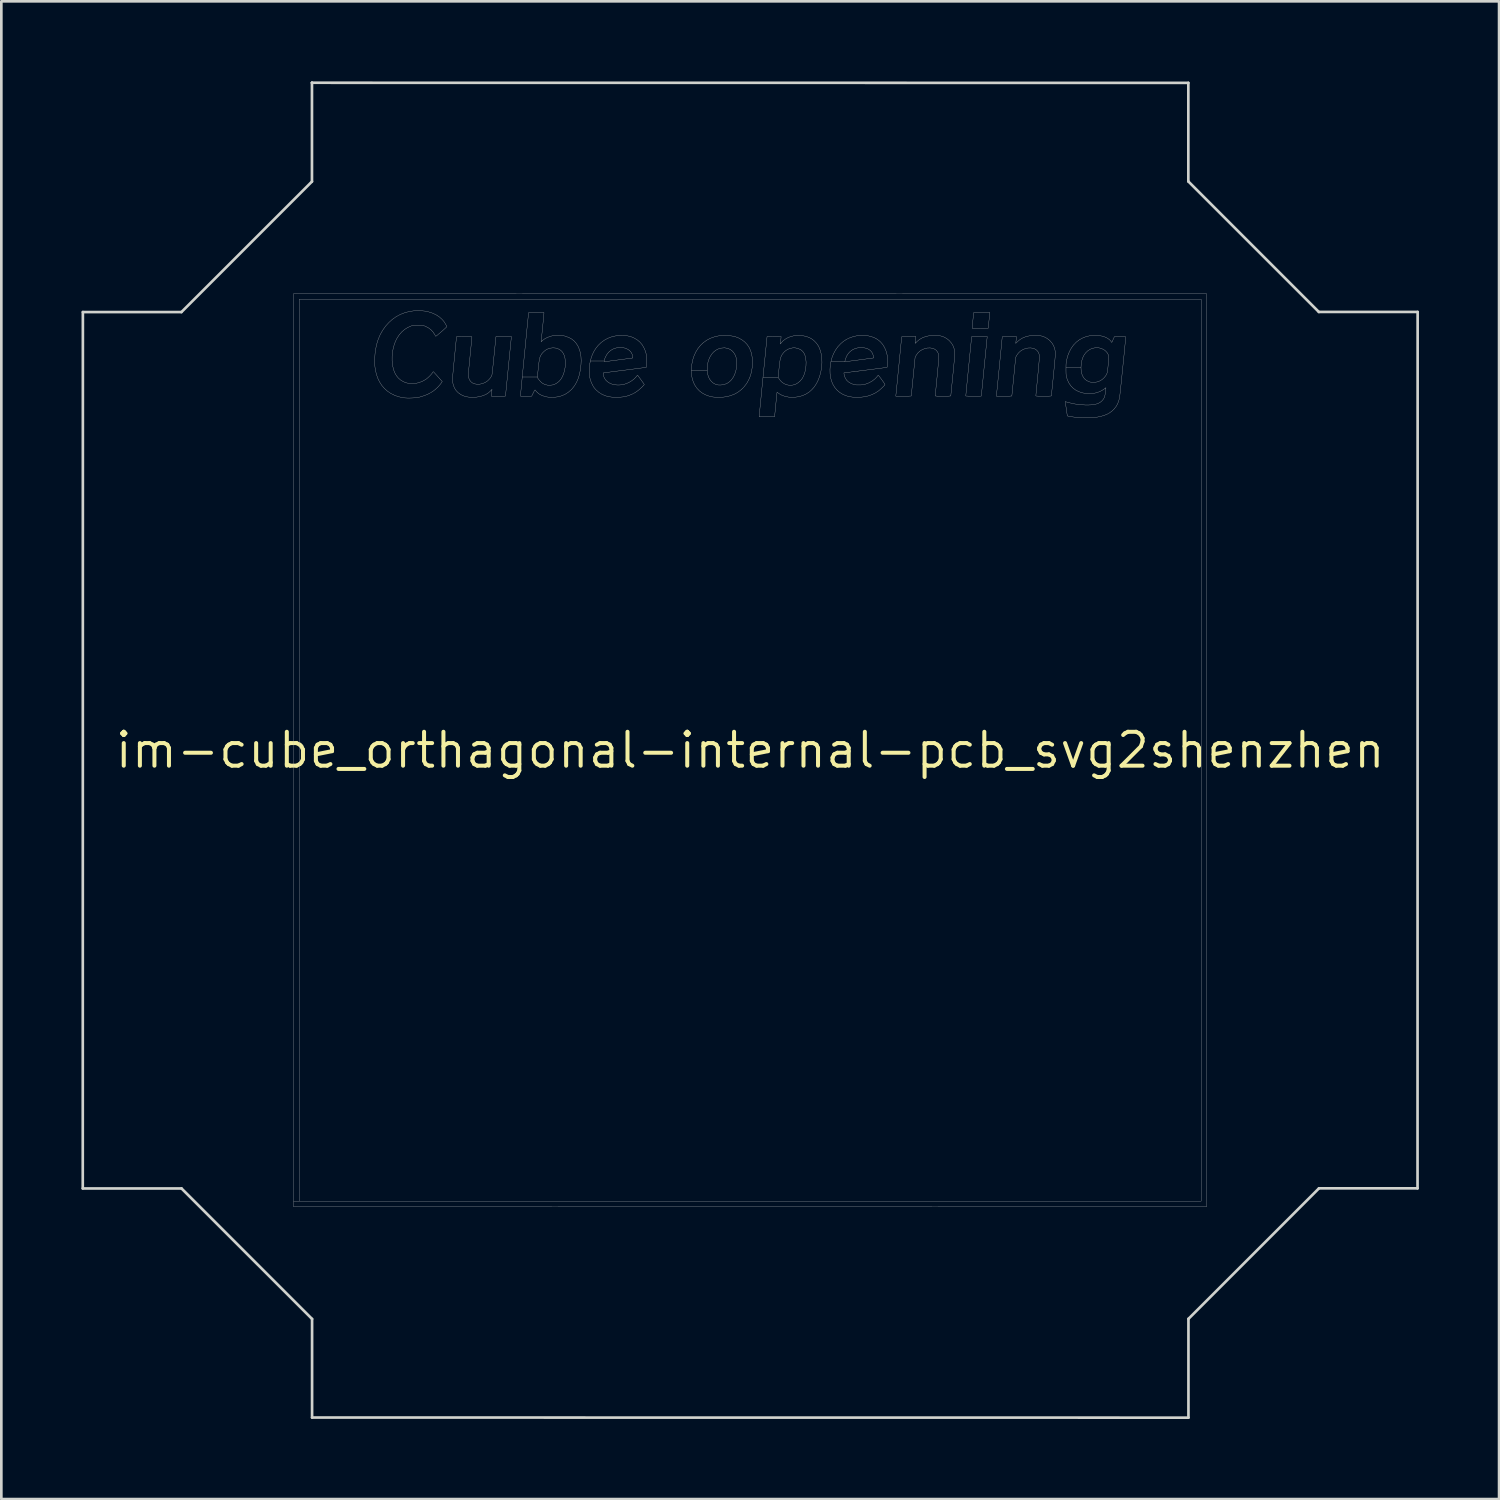
<source format=kicad_pcb>
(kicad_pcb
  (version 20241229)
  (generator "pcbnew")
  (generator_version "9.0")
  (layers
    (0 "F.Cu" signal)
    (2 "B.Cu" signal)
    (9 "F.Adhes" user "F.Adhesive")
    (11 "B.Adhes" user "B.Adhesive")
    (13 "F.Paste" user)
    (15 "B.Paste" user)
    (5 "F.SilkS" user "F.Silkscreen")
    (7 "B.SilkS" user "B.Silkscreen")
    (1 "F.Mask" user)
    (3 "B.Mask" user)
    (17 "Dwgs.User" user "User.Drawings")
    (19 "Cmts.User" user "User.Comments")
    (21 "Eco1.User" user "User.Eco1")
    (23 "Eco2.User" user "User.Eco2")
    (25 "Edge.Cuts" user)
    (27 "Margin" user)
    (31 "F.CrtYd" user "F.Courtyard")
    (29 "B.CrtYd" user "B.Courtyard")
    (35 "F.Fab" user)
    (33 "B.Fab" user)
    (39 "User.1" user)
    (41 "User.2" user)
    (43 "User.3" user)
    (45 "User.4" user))
  (footprint "im-cube_orthagonal-internal-pcb_svg2shenzhen"
    (layer "F.Cu")
    (at 25.05 25.05)
    (property "Reference" "im-cube_orthagonal-internal-pcb_svg2shenzhen" (at 0 0 0) (layer "F.SilkS") (effects (font (size 1.27 1.27) (thickness 0.15))))
    (attr through_hole)
    (fp_poly (pts (xy 17.097 -17.097) (xy 17.097 17.097) (xy -17.103 17.103) (xy -17.103 -16.891) (xy -16.891 -16.891) (xy -16.891 16.891) (xy 16.891 16.891) (xy 16.891 -16.891) (xy -16.891 -16.891) (xy -17.103 -16.891) (xy -17.103 -17.103) (xy 17.097 -17.097)) (stroke (width 0.01) (type solid)) (fill no) (layer "Dwgs.User"))
    (fp_poly (pts (xy 8.969 -16.338) (xy 8.966 -16.311) (xy 8.961 -16.267) (xy 8.956 -16.21) (xy 8.949 -16.144) (xy 8.942 -16.072) (xy 8.939 -16.044) (xy 8.916 -15.806) (xy 8.617 -15.803) (xy 8.319 -15.801) (xy 8.319 -15.834) (xy 8.32 -15.853) (xy 8.322 -15.891) (xy 8.327 -15.941) (xy 8.332 -16.001) (xy 8.338 -16.066) (xy 8.344 -16.134) (xy 8.351 -16.199) (xy 8.357 -16.258) (xy 8.362 -16.307) (xy 8.366 -16.343) (xy 8.367 -16.349) (xy 8.373 -16.394) (xy 8.975 -16.394) (xy 8.969 -16.338)) (stroke (width 0.01) (type solid)) (fill no) (layer "Dwgs.User"))
    (fp_poly (pts (xy 8.873 -15.449) (xy 8.872 -15.434) (xy 8.868 -15.4) (xy 8.863 -15.348) (xy 8.856 -15.281) (xy 8.848 -15.2) (xy 8.839 -15.106) (xy 8.829 -15.002) (xy 8.817 -14.889) (xy 8.805 -14.769) (xy 8.793 -14.644) (xy 8.78 -14.515) (xy 8.767 -14.384) (xy 8.754 -14.252) (xy 8.741 -14.122) (xy 8.729 -13.995) (xy 8.717 -13.873) (xy 8.705 -13.757) (xy 8.695 -13.649) (xy 8.685 -13.551) (xy 8.676 -13.465) (xy 8.669 -13.392) (xy 8.664 -13.334) (xy 8.66 -13.293) (xy 8.658 -13.27) (xy 8.657 -13.266) (xy 8.647 -13.264) (xy 8.618 -13.263) (xy 8.574 -13.262) (xy 8.517 -13.262) (xy 8.449 -13.261) (xy 8.373 -13.261) (xy 8.366 -13.261) (xy 8.29 -13.261) (xy 8.221 -13.262) (xy 8.163 -13.263) (xy 8.117 -13.265) (xy 8.087 -13.267) (xy 8.075 -13.269) (xy 8.075 -13.269) (xy 8.076 -13.282) (xy 8.079 -13.314) (xy 8.084 -13.363) (xy 8.09 -13.429) (xy 8.098 -13.509) (xy 8.107 -13.602) (xy 8.117 -13.705) (xy 8.128 -13.817) (xy 8.14 -13.937) (xy 8.152 -14.063) (xy 8.165 -14.192) (xy 8.178 -14.324) (xy 8.191 -14.456) (xy 8.204 -14.588) (xy 8.217 -14.716) (xy 8.229 -14.84) (xy 8.241 -14.958) (xy 8.252 -15.068) (xy 8.262 -15.168) (xy 8.271 -15.256) (xy 8.278 -15.332) (xy 8.284 -15.393) (xy 8.289 -15.437) (xy 8.292 -15.464) (xy 8.293 -15.47) (xy 8.298 -15.494) (xy 8.879 -15.494) (xy 8.873 -15.449)) (stroke (width 0.01) (type solid)) (fill no) (layer "Dwgs.User"))
    (fp_poly (pts (xy -0.879 -15.533) (xy -0.75 -15.524) (xy -0.636 -15.507) (xy -0.533 -15.479) (xy -0.436 -15.441) (xy -0.427 -15.437) (xy -0.305 -15.368) (xy -0.2 -15.287) (xy -0.111 -15.192) (xy -0.039 -15.083) (xy 0.017 -14.961) (xy 0.056 -14.826) (xy 0.079 -14.678) (xy 0.086 -14.531) (xy 0.077 -14.352) (xy 0.05 -14.182) (xy 0.007 -14.023) (xy -0.054 -13.876) (xy -0.13 -13.741) (xy -0.224 -13.618) (xy -0.287 -13.551) (xy -0.374 -13.474) (xy -0.459 -13.411) (xy -0.55 -13.357) (xy -0.597 -13.334) (xy -0.741 -13.278) (xy -0.896 -13.24) (xy -1.06 -13.219) (xy -1.233 -13.215) (xy -1.244 -13.216) (xy -1.398 -13.231) (xy -1.542 -13.263) (xy -1.674 -13.312) (xy -1.793 -13.376) (xy -1.898 -13.456) (xy -1.989 -13.55) (xy -2.065 -13.658) (xy -2.126 -13.779) (xy -2.17 -13.914) (xy -2.19 -14.012) (xy -2.197 -14.071) (xy -2.2 -14.145) (xy -2.201 -14.227) (xy -1.608 -14.227) (xy -1.603 -14.144) (xy -1.594 -14.087) (xy -1.563 -13.985) (xy -1.518 -13.894) (xy -1.459 -13.817) (xy -1.388 -13.755) (xy -1.307 -13.71) (xy -1.228 -13.685) (xy -1.171 -13.678) (xy -1.103 -13.679) (xy -1.032 -13.687) (xy -0.966 -13.701) (xy -0.952 -13.705) (xy -0.858 -13.745) (xy -0.773 -13.803) (xy -0.699 -13.878) (xy -0.635 -13.969) (xy -0.582 -14.075) (xy -0.541 -14.195) (xy -0.514 -14.327) (xy -0.507 -14.381) (xy -0.501 -14.507) (xy -0.51 -14.623) (xy -0.534 -14.728) (xy -0.572 -14.821) (xy -0.624 -14.901) (xy -0.687 -14.967) (xy -0.762 -15.018) (xy -0.848 -15.052) (xy -0.944 -15.069) (xy -0.981 -15.07) (xy -1.089 -15.061) (xy -1.19 -15.032) (xy -1.283 -14.984) (xy -1.367 -14.919) (xy -1.44 -14.837) (xy -1.503 -14.738) (xy -1.554 -14.624) (xy -1.573 -14.566) (xy -1.589 -14.494) (xy -1.601 -14.409) (xy -1.607 -14.317) (xy -1.608 -14.227) (xy -2.201 -14.227) (xy -2.201 -14.227) (xy -2.198 -14.311) (xy -2.193 -14.39) (xy -2.186 -14.459) (xy -2.185 -14.462) (xy -2.151 -14.627) (xy -2.1 -14.781) (xy -2.034 -14.923) (xy -1.952 -15.053) (xy -1.857 -15.17) (xy -1.748 -15.272) (xy -1.626 -15.358) (xy -1.494 -15.428) (xy -1.35 -15.48) (xy -1.322 -15.488) (xy -1.229 -15.51) (xy -1.144 -15.525) (xy -1.059 -15.533) (xy -0.967 -15.535) (xy -0.879 -15.533)) (stroke (width 0.01) (type solid)) (fill no) (layer "Dwgs.User"))
    (fp_poly (pts (xy -8.948 -15.454) (xy -8.95 -15.44) (xy -8.953 -15.407) (xy -8.959 -15.356) (xy -8.965 -15.289) (xy -8.973 -15.209) (xy -8.983 -15.116) (xy -8.993 -15.012) (xy -9.004 -14.899) (xy -9.016 -14.779) (xy -9.029 -14.654) (xy -9.041 -14.525) (xy -9.054 -14.393) (xy -9.068 -14.262) (xy -9.08 -14.131) (xy -9.093 -14.003) (xy -9.105 -13.881) (xy -9.117 -13.764) (xy -9.127 -13.656) (xy -9.137 -13.557) (xy -9.146 -13.47) (xy -9.153 -13.396) (xy -9.158 -13.337) (xy -9.163 -13.295) (xy -9.165 -13.271) (xy -9.165 -13.266) (xy -9.175 -13.264) (xy -9.204 -13.263) (xy -9.248 -13.262) (xy -9.304 -13.261) (xy -9.371 -13.261) (xy -9.431 -13.261) (xy -9.697 -13.261) (xy -9.69 -13.338) (xy -9.685 -13.385) (xy -9.68 -13.432) (xy -9.677 -13.466) (xy -9.67 -13.517) (xy -9.726 -13.458) (xy -9.804 -13.387) (xy -9.892 -13.33) (xy -9.991 -13.286) (xy -10.132 -13.244) (xy -10.282 -13.221) (xy -10.441 -13.217) (xy -10.499 -13.22) (xy -10.626 -13.238) (xy -10.742 -13.273) (xy -10.845 -13.324) (xy -10.936 -13.389) (xy -11.012 -13.467) (xy -11.072 -13.559) (xy -11.116 -13.662) (xy -11.143 -13.775) (xy -11.15 -13.842) (xy -11.15 -13.867) (xy -11.15 -13.902) (xy -11.147 -13.95) (xy -11.143 -14.01) (xy -11.137 -14.084) (xy -11.129 -14.174) (xy -11.12 -14.28) (xy -11.108 -14.403) (xy -11.094 -14.545) (xy -11.078 -14.707) (xy -11.078 -14.711) (xy -11.001 -15.489) (xy -10.713 -15.492) (xy -10.623 -15.492) (xy -10.554 -15.492) (xy -10.501 -15.492) (xy -10.464 -15.49) (xy -10.44 -15.488) (xy -10.427 -15.484) (xy -10.424 -15.481) (xy -10.425 -15.468) (xy -10.428 -15.437) (xy -10.433 -15.387) (xy -10.439 -15.322) (xy -10.446 -15.242) (xy -10.455 -15.151) (xy -10.465 -15.048) (xy -10.476 -14.937) (xy -10.488 -14.819) (xy -10.495 -14.743) (xy -10.566 -14.018) (xy -10.543 -13.943) (xy -10.509 -13.864) (xy -10.461 -13.801) (xy -10.399 -13.754) (xy -10.324 -13.723) (xy -10.236 -13.708) (xy -10.23 -13.708) (xy -10.121 -13.712) (xy -10.018 -13.736) (xy -9.921 -13.778) (xy -9.834 -13.836) (xy -9.76 -13.911) (xy -9.722 -13.961) (xy -9.701 -13.998) (xy -9.683 -14.034) (xy -9.674 -14.055) (xy -9.671 -14.072) (xy -9.667 -14.108) (xy -9.66 -14.161) (xy -9.652 -14.23) (xy -9.643 -14.311) (xy -9.633 -14.405) (xy -9.623 -14.508) (xy -9.611 -14.618) (xy -9.6 -14.734) (xy -9.599 -14.743) (xy -9.587 -14.859) (xy -9.576 -14.971) (xy -9.566 -15.075) (xy -9.556 -15.171) (xy -9.548 -15.255) (xy -9.541 -15.327) (xy -9.535 -15.383) (xy -9.531 -15.423) (xy -9.529 -15.443) (xy -9.528 -15.444) (xy -9.522 -15.494) (xy -8.943 -15.494) (xy -8.948 -15.454)) (stroke (width 0.01) (type solid)) (fill no) (layer "Dwgs.User"))
    (fp_poly (pts (xy 1.894 -15.533) (xy 2.027 -15.514) (xy 2.154 -15.478) (xy 2.259 -15.433) (xy 2.328 -15.39) (xy 2.398 -15.332) (xy 2.464 -15.264) (xy 2.522 -15.191) (xy 2.566 -15.118) (xy 2.569 -15.113) (xy 2.624 -14.978) (xy 2.662 -14.832) (xy 2.683 -14.676) (xy 2.687 -14.51) (xy 2.677 -14.374) (xy 2.649 -14.193) (xy 2.607 -14.026) (xy 2.552 -13.873) (xy 2.483 -13.734) (xy 2.402 -13.611) (xy 2.308 -13.504) (xy 2.203 -13.412) (xy 2.086 -13.338) (xy 1.959 -13.281) (xy 1.822 -13.242) (xy 1.675 -13.221) (xy 1.583 -13.218) (xy 1.441 -13.226) (xy 1.311 -13.251) (xy 1.194 -13.292) (xy 1.087 -13.351) (xy 1.076 -13.359) (xy 1.006 -13.408) (xy 1.001 -13.374) (xy 0.998 -13.356) (xy 0.994 -13.32) (xy 0.989 -13.267) (xy 0.983 -13.201) (xy 0.975 -13.124) (xy 0.967 -13.039) (xy 0.958 -12.948) (xy 0.957 -12.938) (xy 0.949 -12.847) (xy 0.941 -12.762) (xy 0.933 -12.686) (xy 0.926 -12.62) (xy 0.921 -12.568) (xy 0.917 -12.531) (xy 0.915 -12.513) (xy 0.915 -12.512) (xy 0.91 -12.488) (xy 0.339 -12.488) (xy 0.339 -12.523) (xy 0.34 -12.537) (xy 0.343 -12.572) (xy 0.348 -12.624) (xy 0.355 -12.695) (xy 0.363 -12.781) (xy 0.373 -12.882) (xy 0.384 -12.997) (xy 0.397 -13.125) (xy 0.41 -13.263) (xy 0.425 -13.412) (xy 0.44 -13.569) (xy 0.456 -13.734) (xy 0.473 -13.905) (xy 0.48 -13.97) (xy 1.046 -13.97) (xy 1.075 -13.92) (xy 1.134 -13.839) (xy 1.205 -13.772) (xy 1.286 -13.721) (xy 1.374 -13.686) (xy 1.467 -13.67) (xy 1.535 -13.67) (xy 1.577 -13.675) (xy 1.619 -13.683) (xy 1.635 -13.686) (xy 1.717 -13.717) (xy 1.797 -13.766) (xy 1.871 -13.83) (xy 1.935 -13.906) (xy 1.961 -13.944) (xy 2.008 -14.039) (xy 2.046 -14.149) (xy 2.073 -14.27) (xy 2.089 -14.398) (xy 2.093 -14.527) (xy 2.092 -14.552) (xy 2.08 -14.672) (xy 2.056 -14.776) (xy 2.02 -14.863) (xy 1.97 -14.935) (xy 1.907 -14.99) (xy 1.873 -15.011) (xy 1.782 -15.05) (xy 1.687 -15.069) (xy 1.591 -15.069) (xy 1.497 -15.051) (xy 1.408 -15.016) (xy 1.326 -14.964) (xy 1.253 -14.897) (xy 1.193 -14.816) (xy 1.193 -14.815) (xy 1.174 -14.781) (xy 1.157 -14.746) (xy 1.143 -14.709) (xy 1.131 -14.666) (xy 1.12 -14.616) (xy 1.11 -14.555) (xy 1.1 -14.48) (xy 1.09 -14.39) (xy 1.079 -14.29) (xy 1.046 -13.97) (xy 0.48 -13.97) (xy 0.485 -14.023) (xy 0.631 -15.489) (xy 1.157 -15.494) (xy 1.15 -15.402) (xy 1.145 -15.352) (xy 1.141 -15.305) (xy 1.137 -15.268) (xy 1.136 -15.261) (xy 1.13 -15.214) (xy 1.161 -15.256) (xy 1.227 -15.33) (xy 1.311 -15.395) (xy 1.408 -15.45) (xy 1.502 -15.488) (xy 1.627 -15.521) (xy 1.759 -15.535) (xy 1.894 -15.533)) (stroke (width 0.01) (type solid)) (fill no) (layer "Dwgs.User"))
    (fp_poly (pts (xy -12.191 -16.448) (xy -12.041 -16.417) (xy -11.9 -16.371) (xy -11.771 -16.311) (xy -11.655 -16.237) (xy -11.554 -16.15) (xy -11.5 -16.091) (xy -11.469 -16.051) (xy -11.439 -16.006) (xy -11.41 -15.959) (xy -11.387 -15.917) (xy -11.372 -15.882) (xy -11.367 -15.861) (xy -11.374 -15.851) (xy -11.396 -15.83) (xy -11.428 -15.8) (xy -11.469 -15.763) (xy -11.515 -15.722) (xy -11.564 -15.678) (xy -11.614 -15.635) (xy -11.662 -15.595) (xy -11.704 -15.559) (xy -11.74 -15.531) (xy -11.765 -15.512) (xy -11.777 -15.505) (xy -11.777 -15.505) (xy -11.785 -15.513) (xy -11.8 -15.536) (xy -11.818 -15.569) (xy -11.821 -15.574) (xy -11.879 -15.664) (xy -11.955 -15.745) (xy -12.046 -15.815) (xy -12.151 -15.871) (xy -12.192 -15.888) (xy -12.227 -15.901) (xy -12.256 -15.91) (xy -12.283 -15.916) (xy -12.314 -15.92) (xy -12.354 -15.922) (xy -12.406 -15.922) (xy -12.446 -15.922) (xy -12.51 -15.922) (xy -12.558 -15.92) (xy -12.594 -15.918) (xy -12.625 -15.913) (xy -12.655 -15.905) (xy -12.688 -15.894) (xy -12.7 -15.89) (xy -12.827 -15.834) (xy -12.944 -15.76) (xy -13.05 -15.668) (xy -13.145 -15.56) (xy -13.227 -15.435) (xy -13.256 -15.381) (xy -13.317 -15.241) (xy -13.364 -15.089) (xy -13.396 -14.928) (xy -13.413 -14.763) (xy -13.414 -14.598) (xy -13.41 -14.543) (xy -13.391 -14.391) (xy -13.358 -14.254) (xy -13.312 -14.134) (xy -13.252 -14.029) (xy -13.179 -13.939) (xy -13.092 -13.864) (xy -12.99 -13.803) (xy -12.882 -13.76) (xy -12.766 -13.736) (xy -12.646 -13.73) (xy -12.523 -13.741) (xy -12.4 -13.771) (xy -12.279 -13.818) (xy -12.164 -13.882) (xy -12.151 -13.89) (xy -12.1 -13.929) (xy -12.045 -13.977) (xy -11.991 -14.03) (xy -11.943 -14.083) (xy -11.907 -14.13) (xy -11.902 -14.138) (xy -11.884 -14.165) (xy -11.873 -14.176) (xy -11.864 -14.174) (xy -11.853 -14.165) (xy -11.841 -14.151) (xy -11.817 -14.124) (xy -11.783 -14.087) (xy -11.743 -14.042) (xy -11.698 -13.991) (xy -11.685 -13.977) (xy -11.535 -13.808) (xy -11.553 -13.781) (xy -11.609 -13.703) (xy -11.679 -13.623) (xy -11.757 -13.546) (xy -11.839 -13.477) (xy -11.895 -13.436) (xy -12.041 -13.351) (xy -12.2 -13.283) (xy -12.37 -13.23) (xy -12.427 -13.217) (xy -12.493 -13.206) (xy -12.574 -13.198) (xy -12.665 -13.193) (xy -12.758 -13.19) (xy -12.849 -13.191) (xy -12.931 -13.195) (xy -12.999 -13.202) (xy -13.002 -13.203) (xy -13.167 -13.239) (xy -13.321 -13.293) (xy -13.461 -13.362) (xy -13.588 -13.448) (xy -13.701 -13.549) (xy -13.8 -13.665) (xy -13.884 -13.796) (xy -13.953 -13.94) (xy -14.006 -14.098) (xy -14.043 -14.269) (xy -14.056 -14.362) (xy -14.061 -14.437) (xy -14.064 -14.527) (xy -14.063 -14.626) (xy -14.06 -14.729) (xy -14.054 -14.83) (xy -14.045 -14.923) (xy -14.035 -15.001) (xy -14.034 -15.002) (xy -13.991 -15.204) (xy -13.933 -15.392) (xy -13.858 -15.567) (xy -13.767 -15.729) (xy -13.66 -15.88) (xy -13.536 -16.019) (xy -13.534 -16.02) (xy -13.401 -16.14) (xy -13.257 -16.241) (xy -13.103 -16.323) (xy -12.939 -16.387) (xy -12.766 -16.433) (xy -12.584 -16.459) (xy -12.514 -16.464) (xy -12.349 -16.464) (xy -12.191 -16.448)) (stroke (width 0.01) (type solid)) (fill no) (layer "Dwgs.User"))
    (fp_poly (pts (xy 7.001 -15.531) (xy 7.074 -15.525) (xy 7.134 -15.517) (xy 7.154 -15.512) (xy 7.26 -15.475) (xy 7.351 -15.425) (xy 7.436 -15.36) (xy 7.467 -15.33) (xy 7.544 -15.24) (xy 7.602 -15.141) (xy 7.64 -15.034) (xy 7.66 -14.918) (xy 7.662 -14.851) (xy 7.661 -14.826) (xy 7.658 -14.781) (xy 7.653 -14.719) (xy 7.647 -14.642) (xy 7.639 -14.552) (xy 7.63 -14.451) (xy 7.619 -14.34) (xy 7.608 -14.222) (xy 7.596 -14.099) (xy 7.588 -14.023) (xy 7.576 -13.9) (xy 7.564 -13.783) (xy 7.553 -13.674) (xy 7.544 -13.574) (xy 7.535 -13.486) (xy 7.527 -13.41) (xy 7.521 -13.35) (xy 7.517 -13.305) (xy 7.515 -13.279) (xy 7.514 -13.272) (xy 7.505 -13.269) (xy 7.479 -13.266) (xy 7.434 -13.263) (xy 7.369 -13.262) (xy 7.285 -13.261) (xy 7.223 -13.261) (xy 7.135 -13.261) (xy 7.067 -13.262) (xy 7.015 -13.263) (xy 6.978 -13.264) (xy 6.953 -13.266) (xy 6.939 -13.27) (xy 6.933 -13.274) (xy 6.932 -13.276) (xy 6.933 -13.289) (xy 6.936 -13.321) (xy 6.941 -13.371) (xy 6.947 -13.436) (xy 6.954 -13.516) (xy 6.963 -13.607) (xy 6.973 -13.71) (xy 6.984 -13.821) (xy 6.995 -13.938) (xy 7.002 -14.004) (xy 7.017 -14.162) (xy 7.03 -14.304) (xy 7.042 -14.428) (xy 7.051 -14.535) (xy 7.058 -14.623) (xy 7.063 -14.691) (xy 7.065 -14.74) (xy 7.065 -14.769) (xy 7.065 -14.773) (xy 7.046 -14.856) (xy 7.01 -14.928) (xy 6.959 -14.986) (xy 6.894 -15.029) (xy 6.815 -15.057) (xy 6.736 -15.068) (xy 6.633 -15.064) (xy 6.533 -15.041) (xy 6.438 -15.001) (xy 6.353 -14.947) (xy 6.279 -14.878) (xy 6.221 -14.798) (xy 6.212 -14.783) (xy 6.177 -14.717) (xy 6.105 -13.997) (xy 6.093 -13.875) (xy 6.082 -13.76) (xy 6.071 -13.653) (xy 6.061 -13.556) (xy 6.053 -13.469) (xy 6.045 -13.396) (xy 6.04 -13.338) (xy 6.036 -13.297) (xy 6.033 -13.273) (xy 6.033 -13.269) (xy 6.023 -13.267) (xy 5.994 -13.265) (xy 5.95 -13.263) (xy 5.892 -13.262) (xy 5.824 -13.261) (xy 5.749 -13.261) (xy 5.742 -13.261) (xy 5.452 -13.261) (xy 5.457 -13.295) (xy 5.458 -13.31) (xy 5.462 -13.344) (xy 5.467 -13.395) (xy 5.474 -13.462) (xy 5.482 -13.543) (xy 5.491 -13.637) (xy 5.502 -13.741) (xy 5.513 -13.854) (xy 5.525 -13.974) (xy 5.537 -14.1) (xy 5.55 -14.229) (xy 5.563 -14.36) (xy 5.576 -14.492) (xy 5.589 -14.623) (xy 5.601 -14.75) (xy 5.614 -14.873) (xy 5.625 -14.989) (xy 5.636 -15.098) (xy 5.645 -15.196) (xy 5.654 -15.282) (xy 5.661 -15.356) (xy 5.666 -15.414) (xy 5.67 -15.456) (xy 5.672 -15.479) (xy 5.673 -15.484) (xy 5.683 -15.487) (xy 5.713 -15.49) (xy 5.762 -15.492) (xy 5.827 -15.493) (xy 5.908 -15.494) (xy 5.939 -15.494) (xy 6.205 -15.494) (xy 6.198 -15.412) (xy 6.193 -15.365) (xy 6.189 -15.319) (xy 6.185 -15.285) (xy 6.184 -15.284) (xy 6.178 -15.238) (xy 6.254 -15.313) (xy 6.341 -15.385) (xy 6.444 -15.444) (xy 6.56 -15.49) (xy 6.62 -15.506) (xy 6.68 -15.518) (xy 6.754 -15.526) (xy 6.835 -15.531) (xy 6.919 -15.532) (xy 7.001 -15.531)) (stroke (width 0.01) (type solid)) (fill no) (layer "Dwgs.User"))
    (fp_poly (pts (xy 10.768 -15.531) (xy 10.841 -15.525) (xy 10.901 -15.517) (xy 10.922 -15.512) (xy 11.027 -15.475) (xy 11.119 -15.425) (xy 11.204 -15.36) (xy 11.235 -15.33) (xy 11.312 -15.24) (xy 11.369 -15.141) (xy 11.408 -15.034) (xy 11.427 -14.918) (xy 11.43 -14.851) (xy 11.429 -14.826) (xy 11.426 -14.781) (xy 11.421 -14.719) (xy 11.415 -14.642) (xy 11.407 -14.552) (xy 11.397 -14.451) (xy 11.387 -14.34) (xy 11.376 -14.222) (xy 11.364 -14.099) (xy 11.356 -14.023) (xy 11.344 -13.9) (xy 11.332 -13.783) (xy 11.321 -13.674) (xy 11.311 -13.574) (xy 11.302 -13.486) (xy 11.295 -13.41) (xy 11.289 -13.35) (xy 11.285 -13.305) (xy 11.282 -13.279) (xy 11.282 -13.272) (xy 11.273 -13.269) (xy 11.247 -13.266) (xy 11.202 -13.263) (xy 11.137 -13.262) (xy 11.053 -13.261) (xy 10.991 -13.261) (xy 10.903 -13.261) (xy 10.835 -13.262) (xy 10.783 -13.263) (xy 10.746 -13.264) (xy 10.721 -13.266) (xy 10.707 -13.27) (xy 10.7 -13.274) (xy 10.7 -13.276) (xy 10.701 -13.289) (xy 10.704 -13.321) (xy 10.708 -13.371) (xy 10.715 -13.436) (xy 10.722 -13.516) (xy 10.731 -13.607) (xy 10.741 -13.71) (xy 10.752 -13.821) (xy 10.763 -13.938) (xy 10.769 -14.004) (xy 10.785 -14.162) (xy 10.798 -14.304) (xy 10.809 -14.428) (xy 10.818 -14.535) (xy 10.825 -14.623) (xy 10.83 -14.691) (xy 10.833 -14.74) (xy 10.833 -14.769) (xy 10.833 -14.773) (xy 10.814 -14.856) (xy 10.778 -14.928) (xy 10.727 -14.986) (xy 10.661 -15.029) (xy 10.583 -15.057) (xy 10.504 -15.068) (xy 10.401 -15.064) (xy 10.3 -15.041) (xy 10.206 -15.001) (xy 10.12 -14.947) (xy 10.047 -14.878) (xy 9.988 -14.798) (xy 9.98 -14.783) (xy 9.944 -14.717) (xy 9.873 -13.997) (xy 9.861 -13.875) (xy 9.849 -13.76) (xy 9.839 -13.653) (xy 9.829 -13.556) (xy 9.82 -13.469) (xy 9.813 -13.396) (xy 9.807 -13.338) (xy 9.803 -13.297) (xy 9.801 -13.273) (xy 9.801 -13.269) (xy 9.79 -13.267) (xy 9.762 -13.265) (xy 9.717 -13.263) (xy 9.66 -13.262) (xy 9.592 -13.261) (xy 9.516 -13.261) (xy 9.51 -13.261) (xy 9.219 -13.261) (xy 9.224 -13.295) (xy 9.226 -13.31) (xy 9.229 -13.344) (xy 9.235 -13.395) (xy 9.241 -13.462) (xy 9.25 -13.543) (xy 9.259 -13.637) (xy 9.269 -13.741) (xy 9.281 -13.854) (xy 9.292 -13.974) (xy 9.305 -14.1) (xy 9.318 -14.229) (xy 9.331 -14.36) (xy 9.344 -14.492) (xy 9.357 -14.623) (xy 9.369 -14.75) (xy 9.381 -14.873) (xy 9.393 -14.989) (xy 9.403 -15.098) (xy 9.413 -15.196) (xy 9.421 -15.282) (xy 9.428 -15.356) (xy 9.434 -15.414) (xy 9.438 -15.456) (xy 9.44 -15.479) (xy 9.44 -15.484) (xy 9.451 -15.487) (xy 9.481 -15.49) (xy 9.529 -15.492) (xy 9.595 -15.493) (xy 9.675 -15.494) (xy 9.706 -15.494) (xy 9.972 -15.494) (xy 9.965 -15.412) (xy 9.961 -15.365) (xy 9.956 -15.319) (xy 9.952 -15.285) (xy 9.952 -15.284) (xy 9.946 -15.238) (xy 10.022 -15.313) (xy 10.109 -15.385) (xy 10.211 -15.444) (xy 10.328 -15.49) (xy 10.388 -15.506) (xy 10.448 -15.518) (xy 10.522 -15.526) (xy 10.603 -15.531) (xy 10.687 -15.532) (xy 10.768 -15.531)) (stroke (width 0.01) (type solid)) (fill no) (layer "Dwgs.User"))
    (fp_poly (pts (xy -4.764 -15.533) (xy -4.663 -15.527) (xy -4.577 -15.516) (xy -4.5 -15.498) (xy -4.426 -15.473) (xy -4.348 -15.438) (xy -4.344 -15.436) (xy -4.232 -15.37) (xy -4.134 -15.289) (xy -4.052 -15.193) (xy -3.984 -15.082) (xy -3.93 -14.956) (xy -3.907 -14.881) (xy -3.898 -14.845) (xy -3.891 -14.812) (xy -3.886 -14.78) (xy -3.882 -14.743) (xy -3.881 -14.698) (xy -3.88 -14.64) (xy -3.879 -14.565) (xy -3.88 -14.484) (xy -3.881 -14.422) (xy -3.883 -14.379) (xy -3.887 -14.353) (xy -3.891 -14.343) (xy -3.903 -14.34) (xy -3.935 -14.335) (xy -3.984 -14.328) (xy -4.05 -14.319) (xy -4.129 -14.309) (xy -4.222 -14.296) (xy -4.326 -14.283) (xy -4.439 -14.269) (xy -4.56 -14.253) (xy -4.687 -14.237) (xy -4.701 -14.236) (xy -4.828 -14.22) (xy -4.95 -14.204) (xy -5.064 -14.19) (xy -5.168 -14.176) (xy -5.262 -14.164) (xy -5.342 -14.153) (xy -5.409 -14.144) (xy -5.459 -14.137) (xy -5.492 -14.132) (xy -5.506 -14.129) (xy -5.507 -14.129) (xy -5.509 -14.114) (xy -5.506 -14.086) (xy -5.498 -14.048) (xy -5.487 -14.007) (xy -5.474 -13.968) (xy -5.46 -13.937) (xy -5.412 -13.865) (xy -5.346 -13.802) (xy -5.264 -13.749) (xy -5.17 -13.709) (xy -5.167 -13.708) (xy -5.094 -13.691) (xy -5.009 -13.681) (xy -4.917 -13.679) (xy -4.826 -13.685) (xy -4.743 -13.699) (xy -4.725 -13.704) (xy -4.621 -13.739) (xy -4.52 -13.787) (xy -4.425 -13.846) (xy -4.342 -13.912) (xy -4.275 -13.983) (xy -4.269 -13.99) (xy -4.247 -14.017) (xy -4.229 -14.037) (xy -4.221 -14.044) (xy -4.212 -14.036) (xy -4.194 -14.013) (xy -4.169 -13.98) (xy -4.138 -13.939) (xy -4.104 -13.893) (xy -4.07 -13.846) (xy -4.037 -13.8) (xy -4.008 -13.759) (xy -3.986 -13.726) (xy -3.972 -13.704) (xy -3.969 -13.697) (xy -3.976 -13.686) (xy -3.995 -13.664) (xy -4.024 -13.633) (xy -4.06 -13.596) (xy -4.067 -13.589) (xy -4.187 -13.482) (xy -4.314 -13.393) (xy -4.45 -13.323) (xy -4.595 -13.27) (xy -4.751 -13.235) (xy -4.917 -13.218) (xy -5.095 -13.218) (xy -5.138 -13.22) (xy -5.287 -13.239) (xy -5.425 -13.276) (xy -5.551 -13.33) (xy -5.666 -13.402) (xy -5.77 -13.492) (xy -5.789 -13.511) (xy -5.829 -13.558) (xy -5.862 -13.602) (xy -5.892 -13.653) (xy -5.921 -13.71) (xy -5.968 -13.817) (xy -6 -13.923) (xy -6.021 -14.032) (xy -6.03 -14.15) (xy -6.029 -14.277) (xy -6.013 -14.451) (xy -5.988 -14.578) (xy -5.47 -14.578) (xy -5.469 -14.558) (xy -5.46 -14.552) (xy -5.448 -14.553) (xy -5.416 -14.557) (xy -5.368 -14.563) (xy -5.305 -14.571) (xy -5.23 -14.581) (xy -5.145 -14.592) (xy -5.051 -14.604) (xy -4.965 -14.616) (xy -4.865 -14.629) (xy -4.77 -14.641) (xy -4.683 -14.653) (xy -4.605 -14.663) (xy -4.54 -14.672) (xy -4.489 -14.679) (xy -4.455 -14.683) (xy -4.441 -14.685) (xy -4.4 -14.692) (xy -4.405 -14.752) (xy -4.423 -14.83) (xy -4.459 -14.901) (xy -4.512 -14.963) (xy -4.58 -15.014) (xy -4.663 -15.052) (xy -4.706 -15.065) (xy -4.764 -15.075) (xy -4.834 -15.08) (xy -4.909 -15.079) (xy -4.98 -15.073) (xy -5.026 -15.065) (xy -5.128 -15.03) (xy -5.22 -14.978) (xy -5.301 -14.909) (xy -5.369 -14.824) (xy -5.423 -14.726) (xy -5.446 -14.668) (xy -5.463 -14.615) (xy -5.47 -14.578) (xy -5.988 -14.578) (xy -5.98 -14.616) (xy -5.931 -14.77) (xy -5.867 -14.914) (xy -5.788 -15.045) (xy -5.694 -15.163) (xy -5.587 -15.267) (xy -5.468 -15.355) (xy -5.337 -15.427) (xy -5.224 -15.472) (xy -5.111 -15.505) (xy -4.998 -15.525) (xy -4.877 -15.534) (xy -4.764 -15.533)) (stroke (width 0.01) (type solid)) (fill no) (layer "Dwgs.User"))
    (fp_poly (pts (xy 4.361 -15.529) (xy 4.417 -15.521) (xy 4.548 -15.489) (xy 4.663 -15.444) (xy 4.767 -15.386) (xy 4.86 -15.312) (xy 4.885 -15.288) (xy 4.966 -15.194) (xy 5.032 -15.085) (xy 5.085 -14.963) (xy 5.122 -14.831) (xy 5.133 -14.774) (xy 5.138 -14.733) (xy 5.141 -14.681) (xy 5.143 -14.623) (xy 5.143 -14.561) (xy 5.142 -14.5) (xy 5.14 -14.444) (xy 5.136 -14.397) (xy 5.132 -14.362) (xy 5.126 -14.344) (xy 5.125 -14.342) (xy 5.112 -14.339) (xy 5.08 -14.334) (xy 5.031 -14.327) (xy 4.965 -14.318) (xy 4.885 -14.307) (xy 4.793 -14.295) (xy 4.689 -14.282) (xy 4.575 -14.267) (xy 4.454 -14.252) (xy 4.327 -14.236) (xy 4.311 -14.234) (xy 3.511 -14.134) (xy 3.516 -14.081) (xy 3.526 -14.029) (xy 3.548 -13.97) (xy 3.578 -13.911) (xy 3.611 -13.86) (xy 3.621 -13.849) (xy 3.68 -13.795) (xy 3.757 -13.748) (xy 3.849 -13.709) (xy 3.849 -13.709) (xy 3.886 -13.697) (xy 3.918 -13.689) (xy 3.951 -13.684) (xy 3.991 -13.682) (xy 4.044 -13.681) (xy 4.075 -13.681) (xy 4.138 -13.682) (xy 4.186 -13.684) (xy 4.226 -13.688) (xy 4.264 -13.696) (xy 4.306 -13.708) (xy 4.311 -13.709) (xy 4.444 -13.759) (xy 4.563 -13.824) (xy 4.667 -13.904) (xy 4.724 -13.961) (xy 4.752 -13.992) (xy 4.772 -14.017) (xy 4.783 -14.033) (xy 4.784 -14.035) (xy 4.792 -14.043) (xy 4.797 -14.044) (xy 4.807 -14.035) (xy 4.826 -14.012) (xy 4.853 -13.979) (xy 4.884 -13.937) (xy 4.918 -13.891) (xy 4.952 -13.843) (xy 4.985 -13.797) (xy 5.013 -13.756) (xy 5.034 -13.723) (xy 5.046 -13.702) (xy 5.048 -13.696) (xy 5.041 -13.682) (xy 5.02 -13.657) (xy 4.99 -13.625) (xy 4.952 -13.588) (xy 4.911 -13.549) (xy 4.868 -13.51) (xy 4.828 -13.476) (xy 4.8 -13.454) (xy 4.686 -13.381) (xy 4.56 -13.319) (xy 4.424 -13.271) (xy 4.285 -13.239) (xy 4.149 -13.223) (xy 4.1 -13.221) (xy 4.056 -13.218) (xy 4.024 -13.216) (xy 4.011 -13.215) (xy 3.989 -13.214) (xy 3.953 -13.215) (xy 3.907 -13.218) (xy 3.879 -13.22) (xy 3.729 -13.24) (xy 3.591 -13.277) (xy 3.466 -13.331) (xy 3.354 -13.4) (xy 3.256 -13.484) (xy 3.172 -13.582) (xy 3.103 -13.693) (xy 3.049 -13.817) (xy 3.012 -13.953) (xy 2.991 -14.1) (xy 2.988 -14.258) (xy 2.994 -14.359) (xy 3.02 -14.535) (xy 3.025 -14.556) (xy 3.547 -14.556) (xy 3.552 -14.552) (xy 3.558 -14.552) (xy 3.571 -14.553) (xy 3.602 -14.557) (xy 3.651 -14.563) (xy 3.714 -14.572) (xy 3.79 -14.581) (xy 3.877 -14.593) (xy 3.972 -14.605) (xy 4.075 -14.619) (xy 4.095 -14.621) (xy 4.197 -14.635) (xy 4.294 -14.648) (xy 4.381 -14.66) (xy 4.458 -14.67) (xy 4.523 -14.679) (xy 4.573 -14.686) (xy 4.606 -14.691) (xy 4.621 -14.693) (xy 4.622 -14.693) (xy 4.622 -14.704) (xy 4.619 -14.73) (xy 4.614 -14.758) (xy 4.591 -14.843) (xy 4.55 -14.917) (xy 4.494 -14.977) (xy 4.422 -15.025) (xy 4.336 -15.058) (xy 4.236 -15.077) (xy 4.154 -15.081) (xy 4.037 -15.072) (xy 3.929 -15.044) (xy 3.831 -14.998) (xy 3.746 -14.936) (xy 3.673 -14.858) (xy 3.614 -14.766) (xy 3.571 -14.661) (xy 3.562 -14.629) (xy 3.552 -14.59) (xy 3.547 -14.567) (xy 3.547 -14.556) (xy 3.025 -14.556) (xy 3.061 -14.698) (xy 3.119 -14.848) (xy 3.194 -14.986) (xy 3.285 -15.114) (xy 3.393 -15.23) (xy 3.5 -15.32) (xy 3.616 -15.394) (xy 3.744 -15.453) (xy 3.886 -15.499) (xy 3.893 -15.501) (xy 3.975 -15.518) (xy 4.07 -15.529) (xy 4.17 -15.535) (xy 4.27 -15.535) (xy 4.361 -15.529)) (stroke (width 0.01) (type solid)) (fill no) (layer "Dwgs.User"))
    (fp_poly (pts (xy -7.726 -16.366) (xy -7.727 -16.35) (xy -7.73 -16.316) (xy -7.734 -16.266) (xy -7.74 -16.203) (xy -7.748 -16.129) (xy -7.756 -16.047) (xy -7.764 -15.959) (xy -7.773 -15.868) (xy -7.782 -15.777) (xy -7.791 -15.688) (xy -7.8 -15.604) (xy -7.808 -15.527) (xy -7.815 -15.46) (xy -7.82 -15.406) (xy -7.825 -15.366) (xy -7.827 -15.347) (xy -7.833 -15.3) (xy -7.777 -15.349) (xy -7.692 -15.412) (xy -7.588 -15.464) (xy -7.487 -15.501) (xy -7.452 -15.511) (xy -7.422 -15.519) (xy -7.391 -15.524) (xy -7.357 -15.527) (xy -7.314 -15.529) (xy -7.257 -15.53) (xy -7.197 -15.53) (xy -7.126 -15.53) (xy -7.072 -15.529) (xy -7.031 -15.527) (xy -6.997 -15.523) (xy -6.967 -15.518) (xy -6.936 -15.51) (xy -6.908 -15.501) (xy -6.787 -15.456) (xy -6.684 -15.399) (xy -6.595 -15.328) (xy -6.519 -15.242) (xy -6.454 -15.14) (xy -6.445 -15.121) (xy -6.395 -15.005) (xy -6.36 -14.879) (xy -6.339 -14.743) (xy -6.332 -14.594) (xy -6.338 -14.451) (xy -6.359 -14.26) (xy -6.394 -14.085) (xy -6.442 -13.926) (xy -6.504 -13.782) (xy -6.58 -13.654) (xy -6.669 -13.539) (xy -6.706 -13.501) (xy -6.814 -13.407) (xy -6.931 -13.332) (xy -7.057 -13.276) (xy -7.193 -13.238) (xy -7.338 -13.219) (xy -7.494 -13.218) (xy -7.533 -13.221) (xy -7.62 -13.233) (xy -7.712 -13.256) (xy -7.8 -13.288) (xy -7.876 -13.324) (xy -7.884 -13.33) (xy -7.924 -13.357) (xy -7.966 -13.393) (xy -8.005 -13.43) (xy -8.036 -13.466) (xy -8.052 -13.488) (xy -8.057 -13.494) (xy -8.065 -13.491) (xy -8.075 -13.477) (xy -8.091 -13.45) (xy -8.114 -13.406) (xy -8.124 -13.385) (xy -8.186 -13.261) (xy -8.604 -13.261) (xy -8.604 -13.285) (xy -8.603 -13.298) (xy -8.6 -13.331) (xy -8.596 -13.383) (xy -8.589 -13.451) (xy -8.581 -13.534) (xy -8.572 -13.632) (xy -8.561 -13.741) (xy -8.55 -13.862) (xy -8.537 -13.992) (xy -8.536 -14.003) (xy -7.966 -14.003) (xy -7.966 -13.98) (xy -7.964 -13.963) (xy -7.961 -13.95) (xy -7.957 -13.939) (xy -7.953 -13.932) (xy -7.929 -13.895) (xy -7.894 -13.852) (xy -7.853 -13.808) (xy -7.813 -13.769) (xy -7.777 -13.741) (xy -7.775 -13.74) (xy -7.69 -13.698) (xy -7.595 -13.675) (xy -7.496 -13.67) (xy -7.394 -13.683) (xy -7.382 -13.686) (xy -7.314 -13.711) (xy -7.244 -13.751) (xy -7.177 -13.802) (xy -7.148 -13.829) (xy -7.086 -13.905) (xy -7.032 -13.997) (xy -6.989 -14.103) (xy -6.955 -14.219) (xy -6.933 -14.342) (xy -6.924 -14.468) (xy -6.926 -14.568) (xy -6.938 -14.681) (xy -6.962 -14.778) (xy -6.998 -14.86) (xy -7.047 -14.929) (xy -7.064 -14.948) (xy -7.132 -15.003) (xy -7.211 -15.042) (xy -7.298 -15.065) (xy -7.391 -15.071) (xy -7.485 -15.06) (xy -7.579 -15.031) (xy -7.621 -15.012) (xy -7.671 -14.98) (xy -7.725 -14.936) (xy -7.775 -14.886) (xy -7.816 -14.835) (xy -7.821 -14.827) (xy -7.841 -14.794) (xy -7.858 -14.761) (xy -7.872 -14.726) (xy -7.885 -14.685) (xy -7.896 -14.636) (xy -7.906 -14.577) (xy -7.916 -14.504) (xy -7.926 -14.416) (xy -7.938 -14.31) (xy -7.939 -14.301) (xy -7.948 -14.209) (xy -7.956 -14.136) (xy -7.961 -14.078) (xy -7.964 -14.035) (xy -7.966 -14.003) (xy -8.536 -14.003) (xy -8.524 -14.13) (xy -8.51 -14.275) (xy -8.495 -14.425) (xy -8.48 -14.578) (xy -8.465 -14.734) (xy -8.449 -14.891) (xy -8.434 -15.047) (xy -8.419 -15.202) (xy -8.404 -15.352) (xy -8.39 -15.498) (xy -8.376 -15.638) (xy -8.363 -15.769) (xy -8.351 -15.892) (xy -8.339 -16.004) (xy -8.329 -16.103) (xy -8.321 -16.189) (xy -8.314 -16.26) (xy -8.308 -16.315) (xy -8.304 -16.351) (xy -8.302 -16.369) (xy -8.302 -16.37) (xy -8.297 -16.394) (xy -7.726 -16.394) (xy -7.726 -16.366)) (stroke (width 0.01) (type solid)) (fill no) (layer "Dwgs.User"))
    (fp_poly (pts (xy 12.949 -15.535) (xy 13.038 -15.53) (xy 13.12 -15.521) (xy 13.189 -15.509) (xy 13.199 -15.506) (xy 13.302 -15.471) (xy 13.391 -15.425) (xy 13.465 -15.369) (xy 13.515 -15.313) (xy 13.544 -15.272) (xy 13.592 -15.38) (xy 13.641 -15.489) (xy 13.853 -15.492) (xy 13.925 -15.492) (xy 13.979 -15.493) (xy 14.016 -15.492) (xy 14.041 -15.491) (xy 14.056 -15.488) (xy 14.063 -15.483) (xy 14.065 -15.477) (xy 14.065 -15.474) (xy 14.064 -15.456) (xy 14.061 -15.419) (xy 14.056 -15.364) (xy 14.05 -15.293) (xy 14.041 -15.209) (xy 14.032 -15.111) (xy 14.021 -15.004) (xy 14.01 -14.887) (xy 13.998 -14.763) (xy 13.985 -14.634) (xy 13.971 -14.501) (xy 13.958 -14.366) (xy 13.944 -14.23) (xy 13.93 -14.097) (xy 13.917 -13.966) (xy 13.904 -13.84) (xy 13.892 -13.721) (xy 13.88 -13.611) (xy 13.869 -13.51) (xy 13.86 -13.422) (xy 13.852 -13.347) (xy 13.845 -13.287) (xy 13.84 -13.245) (xy 13.837 -13.221) (xy 13.837 -13.219) (xy 13.805 -13.088) (xy 13.761 -12.973) (xy 13.702 -12.87) (xy 13.628 -12.777) (xy 13.623 -12.772) (xy 13.545 -12.698) (xy 13.46 -12.636) (xy 13.366 -12.584) (xy 13.26 -12.541) (xy 13.139 -12.506) (xy 13.001 -12.477) (xy 12.939 -12.468) (xy 12.86 -12.461) (xy 12.77 -12.455) (xy 12.673 -12.452) (xy 12.574 -12.449) (xy 12.478 -12.449) (xy 12.389 -12.451) (xy 12.313 -12.456) (xy 12.298 -12.457) (xy 12.225 -12.465) (xy 12.147 -12.475) (xy 12.069 -12.486) (xy 11.999 -12.497) (xy 11.941 -12.507) (xy 11.932 -12.509) (xy 11.878 -12.521) (xy 11.844 -12.756) (xy 11.834 -12.826) (xy 11.824 -12.891) (xy 11.816 -12.947) (xy 11.81 -12.99) (xy 11.805 -13.018) (xy 11.804 -13.024) (xy 11.799 -13.057) (xy 11.887 -13.031) (xy 12.109 -12.977) (xy 12.335 -12.943) (xy 12.566 -12.93) (xy 12.615 -12.929) (xy 12.746 -12.933) (xy 12.859 -12.944) (xy 12.956 -12.964) (xy 13.038 -12.992) (xy 13.108 -13.03) (xy 13.168 -13.078) (xy 13.215 -13.131) (xy 13.238 -13.165) (xy 13.257 -13.2) (xy 13.273 -13.24) (xy 13.286 -13.289) (xy 13.297 -13.348) (xy 13.308 -13.422) (xy 13.318 -13.513) (xy 13.318 -13.517) (xy 13.325 -13.578) (xy 13.258 -13.528) (xy 13.165 -13.468) (xy 13.057 -13.419) (xy 12.959 -13.386) (xy 12.892 -13.373) (xy 12.81 -13.365) (xy 12.721 -13.361) (xy 12.63 -13.363) (xy 12.543 -13.369) (xy 12.466 -13.381) (xy 12.443 -13.386) (xy 12.313 -13.428) (xy 12.198 -13.485) (xy 12.097 -13.558) (xy 12.011 -13.647) (xy 11.939 -13.75) (xy 11.883 -13.868) (xy 11.851 -13.965) (xy 11.843 -13.996) (xy 11.837 -14.026) (xy 11.833 -14.059) (xy 11.83 -14.098) (xy 11.829 -14.148) (xy 11.828 -14.212) (xy 11.828 -14.277) (xy 11.828 -14.33) (xy 12.39 -14.33) (xy 12.396 -14.21) (xy 12.417 -14.105) (xy 12.453 -14.014) (xy 12.504 -13.934) (xy 12.519 -13.916) (xy 12.563 -13.875) (xy 12.619 -13.838) (xy 12.68 -13.807) (xy 12.728 -13.791) (xy 12.787 -13.783) (xy 12.857 -13.78) (xy 12.928 -13.784) (xy 12.993 -13.794) (xy 13.02 -13.801) (xy 13.107 -13.837) (xy 13.189 -13.89) (xy 13.261 -13.956) (xy 13.319 -14.03) (xy 13.346 -14.078) (xy 13.356 -14.1) (xy 13.365 -14.121) (xy 13.372 -14.142) (xy 13.378 -14.167) (xy 13.383 -14.197) (xy 13.389 -14.237) (xy 13.394 -14.287) (xy 13.401 -14.352) (xy 13.408 -14.434) (xy 13.414 -14.496) (xy 13.421 -14.577) (xy 13.427 -14.64) (xy 13.43 -14.688) (xy 13.432 -14.723) (xy 13.432 -14.749) (xy 13.43 -14.768) (xy 13.426 -14.783) (xy 13.421 -14.798) (xy 13.418 -14.804) (xy 13.373 -14.885) (xy 13.313 -14.953) (xy 13.241 -15.006) (xy 13.159 -15.045) (xy 13.07 -15.069) (xy 12.976 -15.076) (xy 12.88 -15.066) (xy 12.784 -15.039) (xy 12.737 -15.018) (xy 12.648 -14.963) (xy 12.571 -14.891) (xy 12.507 -14.804) (xy 12.456 -14.702) (xy 12.419 -14.586) (xy 12.397 -14.458) (xy 12.39 -14.33) (xy 11.828 -14.33) (xy 11.828 -14.357) (xy 11.829 -14.421) (xy 11.831 -14.472) (xy 11.835 -14.514) (xy 11.84 -14.552) (xy 11.847 -14.591) (xy 11.851 -14.612) (xy 11.896 -14.777) (xy 11.955 -14.927) (xy 12.027 -15.061) (xy 12.113 -15.18) (xy 12.212 -15.283) (xy 12.323 -15.369) (xy 12.447 -15.438) (xy 12.583 -15.491) (xy 12.707 -15.521) (xy 12.777 -15.53) (xy 12.86 -15.535) (xy 12.949 -15.535)) (stroke (width 0.01) (type solid)) (fill no) (layer "Dwgs.User"))
    (fp_line (start -25 16.415) (end -21.301 16.415) (stroke (width 0.1) (type solid)) (layer "Edge.Cuts"))
    (fp_line (start -24.996 -16.411) (end -25 16.415) (stroke (width 0.1) (type solid)) (layer "Edge.Cuts"))
    (fp_line (start -21.304 -16.411) (end -24.996 -16.411) (stroke (width 0.1) (type solid)) (layer "Edge.Cuts"))
    (fp_line (start -21.301 16.415) (end -16.411 21.304) (stroke (width 0.1) (type solid)) (layer "Edge.Cuts"))
    (fp_line (start -16.415 -25) (end -16.415 -25) (stroke (width 0.1) (type solid)) (layer "Edge.Cuts"))
    (fp_line (start -16.415 -25) (end -16.415 -21.3) (stroke (width 0.1) (type solid)) (layer "Edge.Cuts"))
    (fp_line (start -16.415 -21.3) (end -21.304 -16.411) (stroke (width 0.1) (type solid)) (layer "Edge.Cuts"))
    (fp_line (start -16.411 21.304) (end -16.411 24.996) (stroke (width 0.1) (type solid)) (layer "Edge.Cuts"))
    (fp_line (start -16.411 24.996) (end 16.415 25) (stroke (width 0.1) (type solid)) (layer "Edge.Cuts"))
    (fp_line (start 16.411 -24.996) (end -16.415 -25) (stroke (width 0.1) (type solid)) (layer "Edge.Cuts"))
    (fp_line (start 16.411 -21.304) (end 16.411 -24.996) (stroke (width 0.1) (type solid)) (layer "Edge.Cuts"))
    (fp_line (start 16.415 21.3) (end 21.304 16.411) (stroke (width 0.1) (type solid)) (layer "Edge.Cuts"))
    (fp_line (start 16.415 25) (end 16.415 21.3) (stroke (width 0.1) (type solid)) (layer "Edge.Cuts"))
    (fp_line (start 21.3 -16.415) (end 16.411 -21.304) (stroke (width 0.1) (type solid)) (layer "Edge.Cuts"))
    (fp_line (start 21.304 16.411) (end 24.996 16.411) (stroke (width 0.1) (type solid)) (layer "Edge.Cuts"))
    (fp_line (start 24.996 16.411) (end 25 -16.415) (stroke (width 0.1) (type solid)) (layer "Edge.Cuts"))
    (fp_line (start 25 -16.415) (end 21.3 -16.415) (stroke (width 0.1) (type solid)) (layer "Edge.Cuts")))
  (gr_rect
    (start -3 -3)
    (end 53.1 53.1)
    (stroke (width 0.1) (type default))
    (fill no)
    (layer "Edge.Cuts")))
</source>
